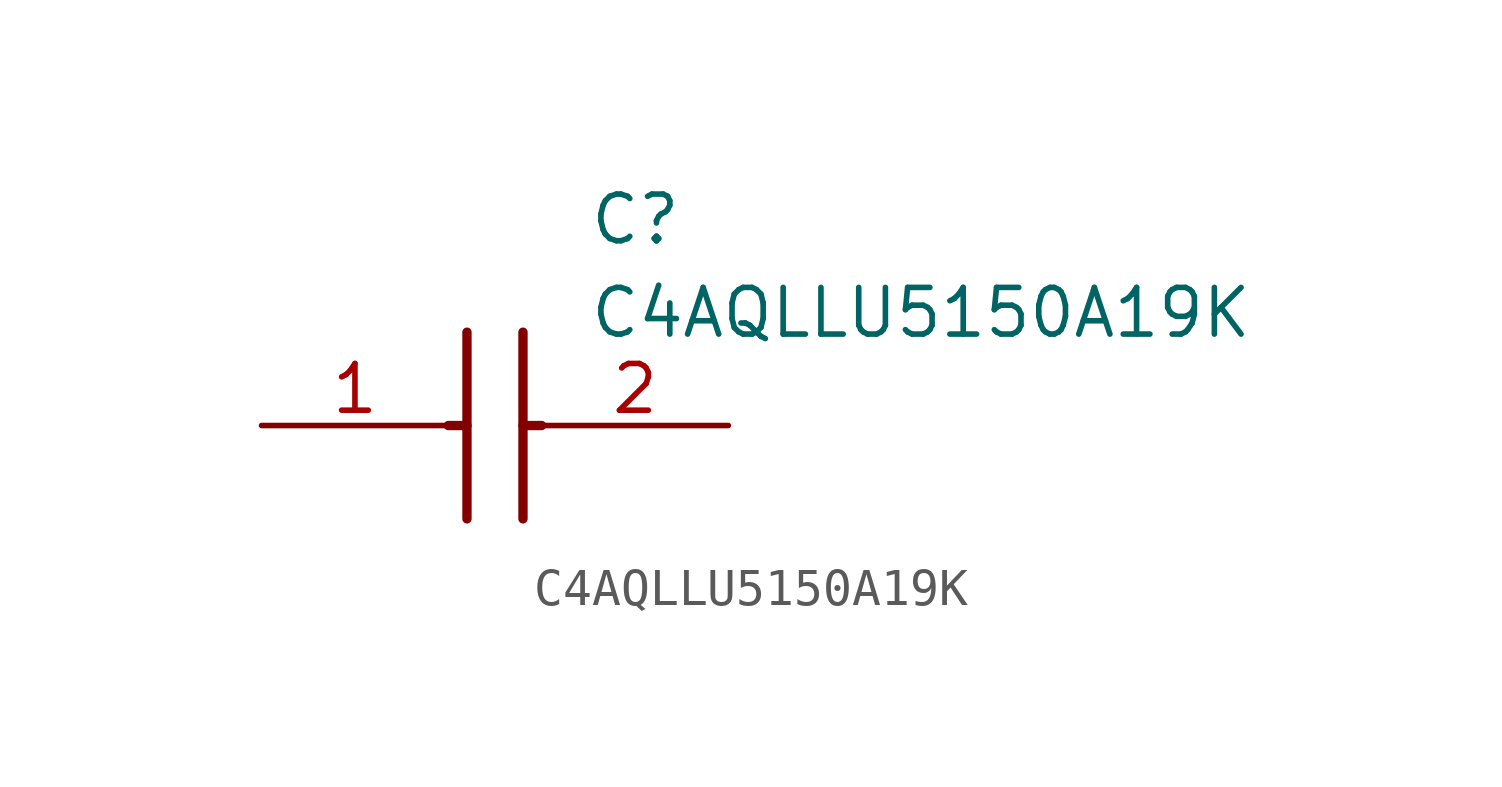
<source format=kicad_sym>
(kicad_symbol_lib
  (version 20211014)
  (generator SamacSys_ECAD_Model)
  (symbol "C4AQLLU5150A19K"
    (pin_names hide)
    (property "Reference" "C"
      (at 8.89 6.35 0)
      (effects (font (size 1.27 1.27)) (justify left top)))
    (property "Value" "C4AQLLU5150A19K"
      (at 8.89 3.81 0)
      (effects (font (size 1.27 1.27)) (justify left top)))
    (polyline
      (pts (xy 5.588 2.54) (xy 5.588 -2.54))
      (stroke (width 0.254) (type default))
      (fill (type none)))
    (polyline
      (pts (xy 7.112 2.54) (xy 7.112 -2.54))
      (stroke (width 0.254) (type default))
      (fill (type none)))
    (polyline
      (pts (xy 5.08 0) (xy 5.588 0))
      (stroke (width 0.254) (type default))
      (fill (type none)))
    (polyline
      (pts (xy 7.112 0) (xy 7.62 0))
      (stroke (width 0.254) (type default))
      (fill (type none)))
    (pin passive line
      (at 0 0 0)
      (length 5.08)
      (name "1" (effects (font (size 1.27 1.27))))
      (number "1" (effects (font (size 1.27 1.27)))))
    (pin passive line
      (at 12.7 0 180)
      (length 5.08)
      (name "2" (effects (font (size 1.27 1.27))))
      (number "2" (effects (font (size 1.27 1.27)))))))
</source>
